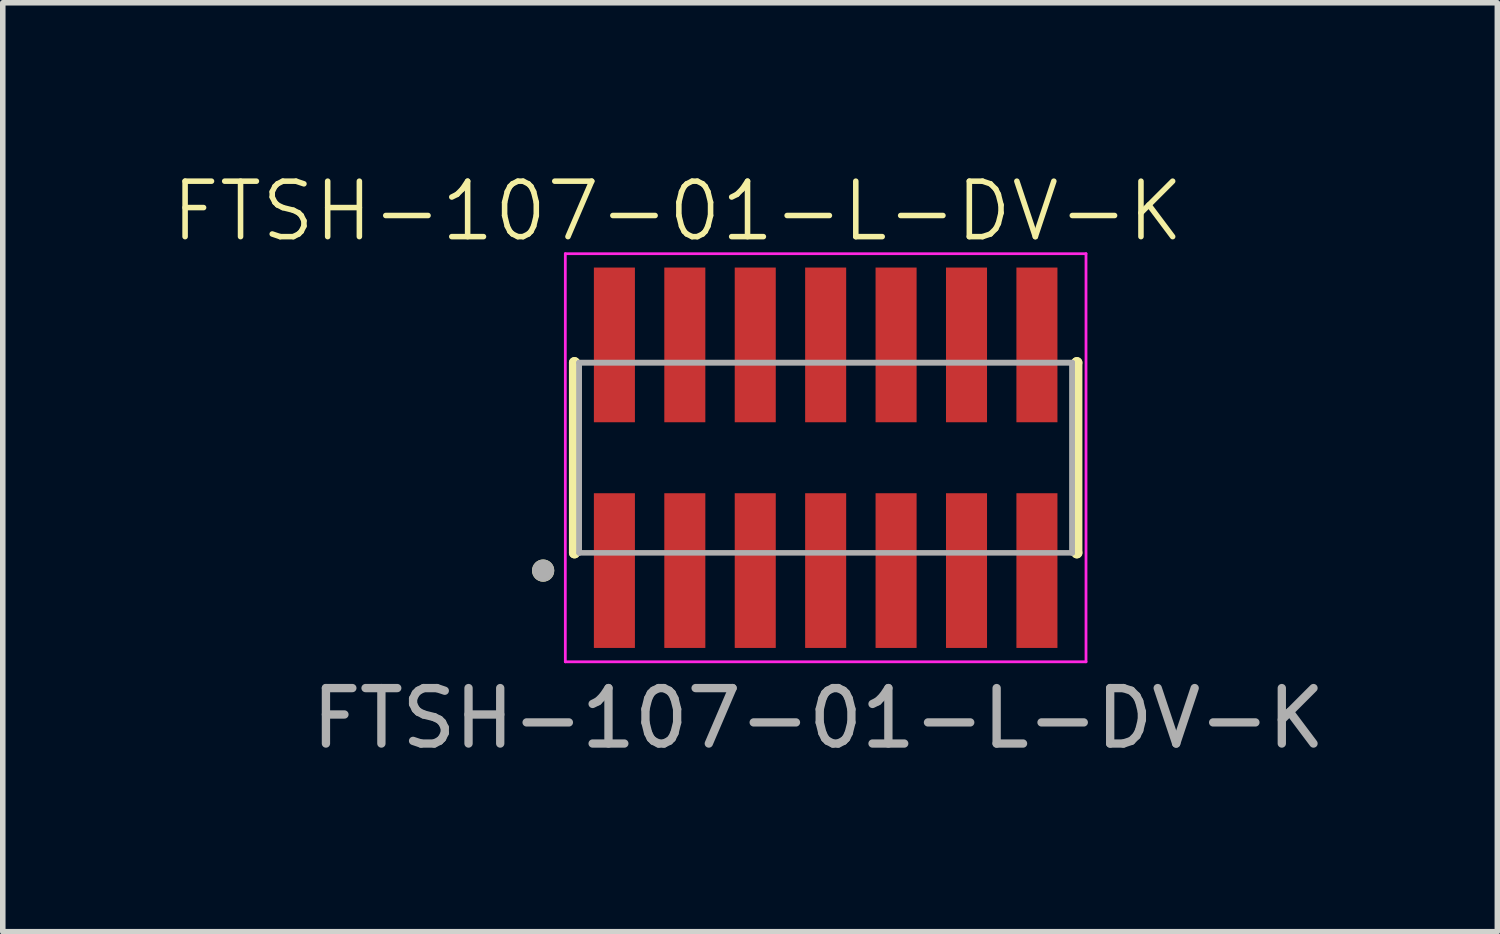
<source format=kicad_pcb>
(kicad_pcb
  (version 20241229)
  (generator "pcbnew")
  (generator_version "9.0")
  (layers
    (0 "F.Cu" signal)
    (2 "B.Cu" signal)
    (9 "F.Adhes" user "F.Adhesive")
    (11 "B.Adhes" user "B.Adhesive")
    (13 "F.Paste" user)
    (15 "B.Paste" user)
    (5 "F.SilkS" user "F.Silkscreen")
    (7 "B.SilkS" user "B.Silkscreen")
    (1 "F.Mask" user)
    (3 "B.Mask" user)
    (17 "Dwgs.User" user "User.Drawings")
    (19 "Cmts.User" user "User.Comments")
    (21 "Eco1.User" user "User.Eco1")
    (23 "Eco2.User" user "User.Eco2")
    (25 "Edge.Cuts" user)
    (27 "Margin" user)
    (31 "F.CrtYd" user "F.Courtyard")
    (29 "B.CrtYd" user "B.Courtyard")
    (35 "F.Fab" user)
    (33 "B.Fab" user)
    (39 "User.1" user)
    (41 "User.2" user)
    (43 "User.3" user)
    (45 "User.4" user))
  (footprint "FTSH-107-01-L-DV-K"
    (layer "F.Cu")
    (at 11.836 5.205)
    (property "Reference" "FTSH-107-01-L-DV-K" (at -2.667 -4.445 0) (unlocked yes) (layer "F.SilkS") (effects (font (size 1 1) (thickness 0.1))))
    (attr smd)
    (fp_line (start -4.526 -1.715) (end -4.526 -1.715) (stroke (width 0.2) (type solid)) (layer "F.SilkS"))
    (fp_line (start -4.526 1.715) (end -4.526 -1.715) (stroke (width 0.2) (type solid)) (layer "F.SilkS"))
    (fp_line (start -4.526 1.715) (end -4.526 1.715) (stroke (width 0.2) (type solid)) (layer "F.SilkS"))
    (fp_line (start 4.534 -1.715) (end 4.534 -1.715) (stroke (width 0.2) (type solid)) (layer "F.SilkS"))
    (fp_line (start 4.534 -1.715) (end 4.534 1.715) (stroke (width 0.2) (type solid)) (layer "F.SilkS"))
    (fp_line (start 4.534 1.715) (end 4.534 1.715) (stroke (width 0.2) (type solid)) (layer "F.SilkS"))
    (fp_circle (center -5.091 2.035) (end -4.991 2.035) (stroke (width 0.2) (type solid)) (fill no) (layer "F.SilkS"))
    (fp_line (start -4.691 -3.68) (end 4.699 -3.68) (stroke (width 0.05) (type solid)) (layer "F.CrtYd"))
    (fp_line (start -4.691 3.68) (end -4.691 -3.68) (stroke (width 0.05) (type solid)) (layer "F.CrtYd"))
    (fp_line (start 4.699 -3.68) (end 4.699 3.68) (stroke (width 0.05) (type solid)) (layer "F.CrtYd"))
    (fp_line (start 4.699 3.68) (end -4.691 3.68) (stroke (width 0.05) (type solid)) (layer "F.CrtYd"))
    (fp_line (start -4.441 -1.715) (end 4.449 -1.715) (stroke (width 0.1) (type solid)) (layer "F.Fab"))
    (fp_line (start -4.441 -1.715) (end 4.449 -1.715) (stroke (width 0.1) (type solid)) (layer "F.Fab"))
    (fp_line (start -4.441 1.715) (end -4.441 -1.715) (stroke (width 0.1) (type solid)) (layer "F.Fab"))
    (fp_line (start -4.441 1.715) (end -4.441 -1.715) (stroke (width 0.1) (type solid)) (layer "F.Fab"))
    (fp_line (start 4.449 -1.715) (end 4.449 1.715) (stroke (width 0.1) (type solid)) (layer "F.Fab"))
    (fp_line (start 4.449 -1.715) (end 4.449 1.715) (stroke (width 0.1) (type solid)) (layer "F.Fab"))
    (fp_line (start 4.449 1.715) (end -4.441 1.715) (stroke (width 0.1) (type solid)) (layer "F.Fab"))
    (fp_circle (center -5.091 2.035) (end -4.991 2.035) (stroke (width 0.2) (type solid)) (fill no) (layer "F.Fab"))
    (fp_line (start -3.806 1.143) (end -2.536 1.143) (stroke (width 0.1) (type default)) (layer "User.1"))
    (fp_line (start -2.536 -1.016) (end 2.544 -1.016) (stroke (width 0.1) (type default)) (layer "User.1"))
    (fp_line (start 3.814 1.143) (end 2.544 1.143) (stroke (width 0.1) (type default)) (layer "User.1"))
    (fp_text user "${REFERENCE}" (at -0.127 4.699 0) (unlocked yes) (layer "F.Fab") (effects (font (size 1 1) (thickness 0.15))))
    (pad "01" smd rect (at -3.806 2.035) (size 0.74 2.79) (layers "F.Cu" "F.Mask" "F.Paste"))
    (pad "02" smd rect (at -3.806 -2.035) (size 0.74 2.79) (layers "F.Cu" "F.Mask" "F.Paste"))
    (pad "03" smd rect (at -2.536 2.035) (size 0.74 2.79) (layers "F.Cu" "F.Mask" "F.Paste"))
    (pad "04" smd rect (at -2.536 -2.035) (size 0.74 2.79) (layers "F.Cu" "F.Mask" "F.Paste"))
    (pad "05" smd rect (at -1.266 2.035) (size 0.74 2.79) (layers "F.Cu" "F.Mask" "F.Paste"))
    (pad "06" smd rect (at -1.266 -2.035) (size 0.74 2.79) (layers "F.Cu" "F.Mask" "F.Paste"))
    (pad "07" smd rect (at 0.004 2.035) (size 0.74 2.79) (layers "F.Cu" "F.Mask" "F.Paste"))
    (pad "08" smd rect (at 0.004 -2.035) (size 0.74 2.79) (layers "F.Cu" "F.Mask" "F.Paste"))
    (pad "09" smd rect (at 1.274 2.035) (size 0.74 2.79) (layers "F.Cu" "F.Mask" "F.Paste"))
    (pad "10" smd rect (at 1.274 -2.035) (size 0.74 2.79) (layers "F.Cu" "F.Mask" "F.Paste"))
    (pad "11" smd rect (at 2.544 2.035) (size 0.74 2.79) (layers "F.Cu" "F.Mask" "F.Paste"))
    (pad "12" smd rect (at 2.544 -2.035) (size 0.74 2.79) (layers "F.Cu" "F.Mask" "F.Paste"))
    (pad "13" smd rect (at 3.814 2.035) (size 0.74 2.79) (layers "F.Cu" "F.Mask" "F.Paste"))
    (pad "14" smd rect (at 3.814 -2.035) (size 0.74 2.79) (layers "F.Cu" "F.Mask" "F.Paste")))
  (gr_rect
    (start -3 -3)
    (end 23.953 13.753)
    (stroke (width 0.1) (type default))
    (fill no)
    (layer "Edge.Cuts")))
</source>
